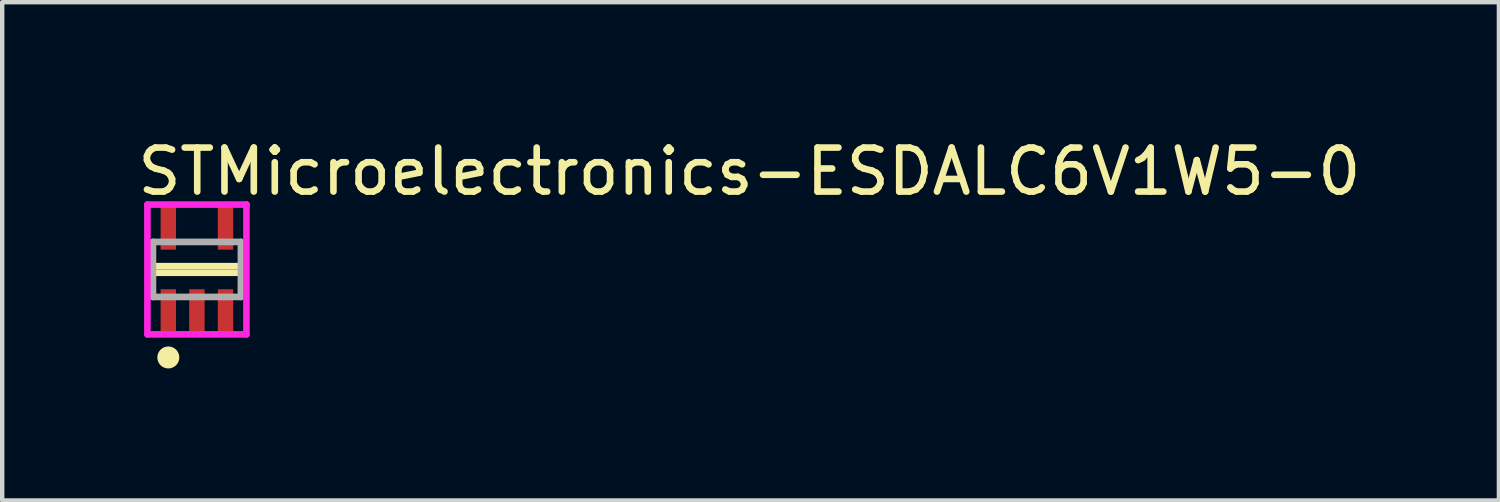
<source format=kicad_pcb>
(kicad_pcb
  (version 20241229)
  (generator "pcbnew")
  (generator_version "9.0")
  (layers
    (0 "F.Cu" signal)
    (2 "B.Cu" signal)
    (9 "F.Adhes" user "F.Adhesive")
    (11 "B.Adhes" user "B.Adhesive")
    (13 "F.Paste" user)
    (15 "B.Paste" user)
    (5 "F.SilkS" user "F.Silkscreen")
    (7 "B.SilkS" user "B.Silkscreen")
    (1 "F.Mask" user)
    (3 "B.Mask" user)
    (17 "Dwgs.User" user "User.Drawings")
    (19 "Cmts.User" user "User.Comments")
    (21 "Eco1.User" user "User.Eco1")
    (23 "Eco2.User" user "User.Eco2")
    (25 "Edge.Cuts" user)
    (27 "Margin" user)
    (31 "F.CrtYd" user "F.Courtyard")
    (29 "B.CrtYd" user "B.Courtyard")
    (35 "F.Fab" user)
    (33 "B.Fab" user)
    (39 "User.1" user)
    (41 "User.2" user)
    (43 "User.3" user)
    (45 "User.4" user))
  (footprint "STMicroelectronics-ESDALC6V1W5-0"
    (layer "F.Cu")
    (at 1.425 3.073)
    (property "Reference" "STMicroelectronics-ESDALC6V1W5-0" (at -1.425 -2.225 0) (layer "F.SilkS") (effects (font (size 1 1) (thickness 0.15)) (justify left)))
    (attr through_hole)
    (fp_line (start -1 -0.075) (end 1 -0.075) (stroke (width 0.15) (type solid)) (layer "F.SilkS"))
    (fp_line (start -1 0.075) (end -1 -0.075) (stroke (width 0.15) (type solid)) (layer "F.SilkS"))
    (fp_line (start 1 -0.075) (end 1 0.075) (stroke (width 0.15) (type solid)) (layer "F.SilkS"))
    (fp_line (start 1 0.075) (end -1 0.075) (stroke (width 0.15) (type solid)) (layer "F.SilkS"))
    (fp_circle (center -0.65 2) (end -0.525 2) (stroke (width 0.25) (type solid)) (fill no) (layer "F.SilkS"))
    (fp_line (start -1.125 -1.475) (end -1.125 1.475) (stroke (width 0.15) (type solid)) (layer "F.CrtYd"))
    (fp_line (start -1.125 1.475) (end 1.125 1.475) (stroke (width 0.15) (type solid)) (layer "F.CrtYd"))
    (fp_line (start 1.125 -1.475) (end -1.125 -1.475) (stroke (width 0.15) (type solid)) (layer "F.CrtYd"))
    (fp_line (start 1.125 -1.475) (end 1.125 -1.475) (stroke (width 0.15) (type solid)) (layer "F.CrtYd"))
    (fp_line (start 1.125 1.475) (end 1.125 -1.475) (stroke (width 0.15) (type solid)) (layer "F.CrtYd"))
    (fp_line (start -1 -0.625) (end 1 -0.625) (stroke (width 0.152) (type solid)) (layer "F.Fab"))
    (fp_line (start -1 0.625) (end -1 -0.625) (stroke (width 0.152) (type solid)) (layer "F.Fab"))
    (fp_line (start 1 -0.625) (end 1 0.625) (stroke (width 0.152) (type solid)) (layer "F.Fab"))
    (fp_line (start 1 0.625) (end -1 0.625) (stroke (width 0.152) (type solid)) (layer "F.Fab"))
    (pad "1" smd rect (at -0.65 0.95) (size 0.35 1) (layers "F.Cu" "F.Mask" "F.Paste"))
    (pad "2" smd rect (at 0 0.95) (size 0.35 1) (layers "F.Cu" "F.Mask" "F.Paste"))
    (pad "3" smd rect (at 0.65 0.95) (size 0.35 1) (layers "F.Cu" "F.Mask" "F.Paste"))
    (pad "4" smd rect (at 0.65 -0.95) (size 0.35 1) (layers "F.Cu" "F.Mask" "F.Paste"))
    (pad "5" smd rect (at -0.65 -0.95) (size 0.35 1) (layers "F.Cu" "F.Mask" "F.Paste")))
  (gr_rect
    (start -3 -3)
    (end 31.012 8.323)
    (stroke (width 0.1) (type default))
    (fill no)
    (layer "Edge.Cuts")))
</source>
